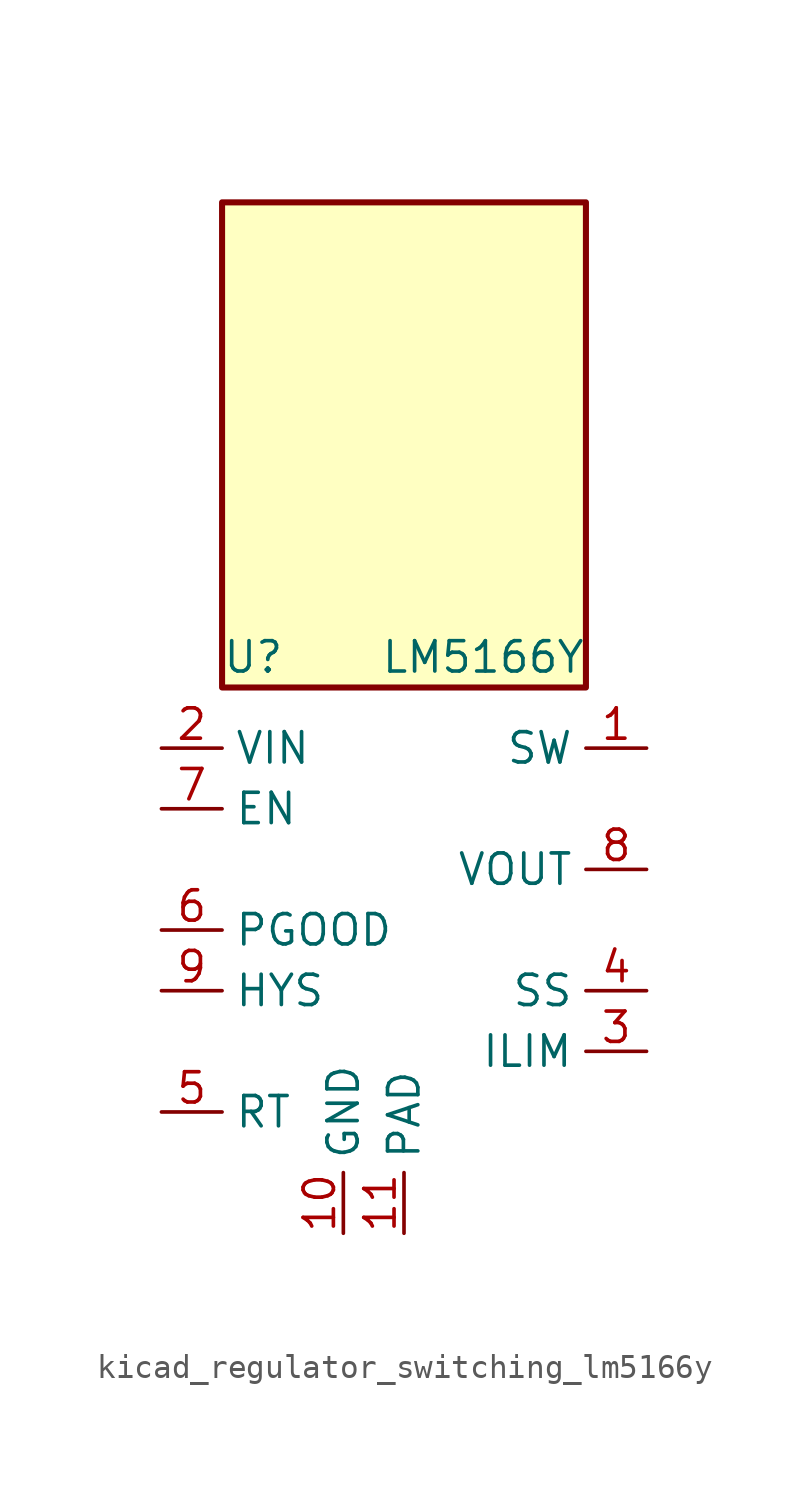
<source format=kicad_sym>
(kicad_symbol_lib
  (version 20220914)
  (generator kicad_symbol_editor)
  (symbol "kicad_regulator_switching_lm5166y"
    (property "Reference" "U"
      (at -7.62 11.43 0)
      (effects (font (size 1.27 1.27)) (justify left)))
    (property "Value" "LM5166Y"
      (at 7.62 11.43 0)
      (effects (font (size 1.27 1.27)) (justify right)))
    (symbol "kicad_regulator_switching_lm5166y_0_1"
      (rectangle (start 7.62 30.48) (end -7.62 10.16) (stroke (width 0.254) (type default)) (fill (type background))))
    (symbol "kicad_regulator_switching_lm5166y_1_1"
      (pin power_out line (at 10.16 7.62 180) (length 2.54) (name "SW" (effects (font (size 1.27 1.27)))) (number "1" (effects (font (size 1.27 1.27)))))
      (pin power_in line (at -2.54 -12.7 90) (length 2.54) (name "GND" (effects (font (size 1.27 1.27)))) (number "10" (effects (font (size 1.27 1.27)))))
      (pin power_in line (at 0 -12.7 90) (length 2.54) (name "PAD" (effects (font (size 1.27 1.27)))) (number "11" (effects (font (size 1.27 1.27)))))
      (pin power_in line (at -10.16 7.62 0) (length 2.54) (name "VIN" (effects (font (size 1.27 1.27)))) (number "2" (effects (font (size 1.27 1.27)))))
      (pin input line (at 10.16 -5.08 180) (length 2.54) (name "ILIM" (effects (font (size 1.27 1.27)))) (number "3" (effects (font (size 1.27 1.27)))))
      (pin input line (at 10.16 -2.54 180) (length 2.54) (name "SS" (effects (font (size 1.27 1.27)))) (number "4" (effects (font (size 1.27 1.27)))))
      (pin input line (at -10.16 -7.62 0) (length 2.54) (name "RT" (effects (font (size 1.27 1.27)))) (number "5" (effects (font (size 1.27 1.27)))))
      (pin output line (at -10.16 0 0) (length 2.54) (name "PGOOD" (effects (font (size 1.27 1.27)))) (number "6" (effects (font (size 1.27 1.27)))))
      (pin input line (at -10.16 5.08 0) (length 2.54) (name "EN" (effects (font (size 1.27 1.27)))) (number "7" (effects (font (size 1.27 1.27)))))
      (pin input line (at 10.16 2.54 180) (length 2.54) (name "VOUT" (effects (font (size 1.27 1.27)))) (number "8" (effects (font (size 1.27 1.27)))))
      (pin output line (at -10.16 -2.54 0) (length 2.54) (name "HYS" (effects (font (size 1.27 1.27)))) (number "9" (effects (font (size 1.27 1.27))))))))
</source>
